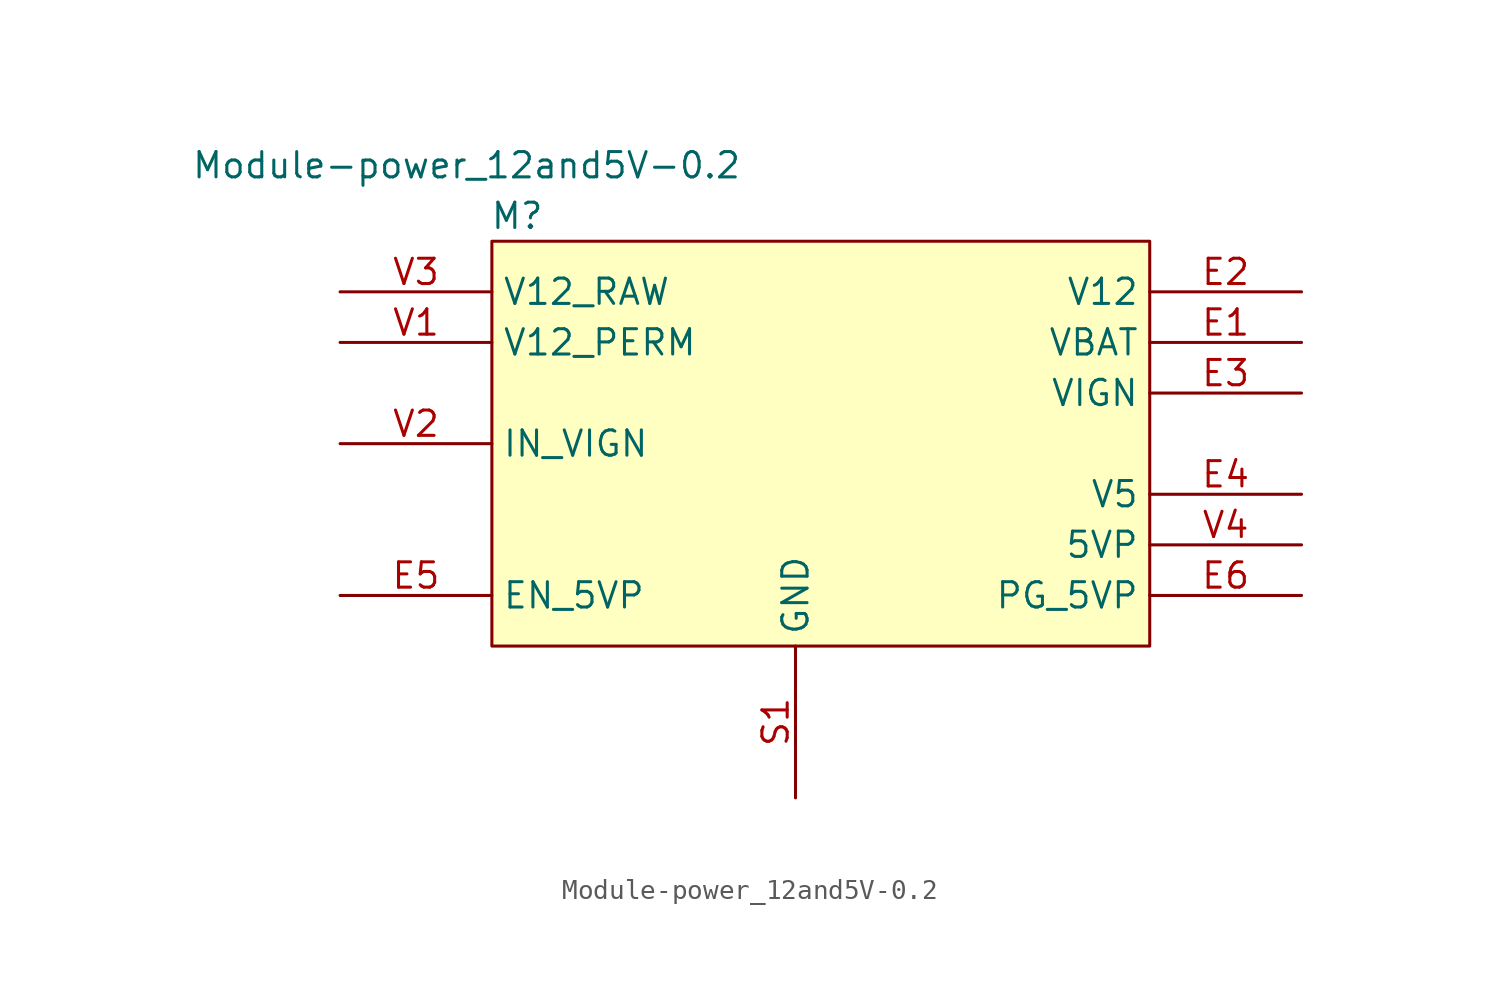
<source format=kicad_sym>
(kicad_symbol_lib
  (version 20211014)
  (generator kicad_symbol_editor)
  (symbol "Module-power_12and5V-0.2"
    (property "Reference" "M"
      (at 1.27 1.27 0)
      (effects (font (size 1.27 1.27))))
    (property "Value" "Module-power_12and5V-0.2"
      (at -1.27 3.81 0)
      (effects (font (size 1.27 1.27))))
    (symbol "Module-power_12and5V-0.2_1_0"
      (rectangle (start 33.02 0) (end 0 -20.32) (stroke (width 0) (type default) (color 0 0 0 0)) (fill (type background)))
      (pin passive line (at 40.64 -5.08 180) (length 7.62) (name "VBAT" (effects (font (size 1.27 1.27)))) (number "E1" (effects (font (size 1.27 1.27)))))
      (pin passive line (at 40.64 -2.54 180) (length 7.62) (name "V12" (effects (font (size 1.27 1.27)))) (number "E2" (effects (font (size 1.27 1.27)))))
      (pin passive line (at 40.64 -7.62 180) (length 7.62) (name "VIGN" (effects (font (size 1.27 1.27)))) (number "E3" (effects (font (size 1.27 1.27)))))
      (pin passive line (at 40.64 -12.7 180) (length 7.62) (name "V5" (effects (font (size 1.27 1.27)))) (number "E4" (effects (font (size 1.27 1.27)))))
      (pin passive line (at -7.62 -17.78 0) (length 7.62) (name "EN_5VP" (effects (font (size 1.27 1.27)))) (number "E5" (effects (font (size 1.27 1.27)))))
      (pin passive line (at 40.64 -17.78 180) (length 7.62) (name "PG_5VP" (effects (font (size 1.27 1.27)))) (number "E6" (effects (font (size 1.27 1.27)))))
      (pin passive line (at 15.24 -27.94 90) (length 7.62) (name "GND" (effects (font (size 1.27 1.27)))) (number "S1" (effects (font (size 1.27 1.27)))))
      (pin passive line (at -7.62 -5.08 0) (length 7.62) (name "V12_PERM" (effects (font (size 1.27 1.27)))) (number "V1" (effects (font (size 1.27 1.27)))))
      (pin passive line (at -7.62 -10.16 0) (length 7.62) (name "IN_VIGN" (effects (font (size 1.27 1.27)))) (number "V2" (effects (font (size 1.27 1.27)))))
      (pin passive line (at -7.62 -2.54 0) (length 7.62) (name "V12_RAW" (effects (font (size 1.27 1.27)))) (number "V3" (effects (font (size 1.27 1.27)))))
      (pin passive line (at 40.64 -15.24 180) (length 7.62) (name "5VP" (effects (font (size 1.27 1.27)))) (number "V4" (effects (font (size 1.27 1.27))))))))
</source>
